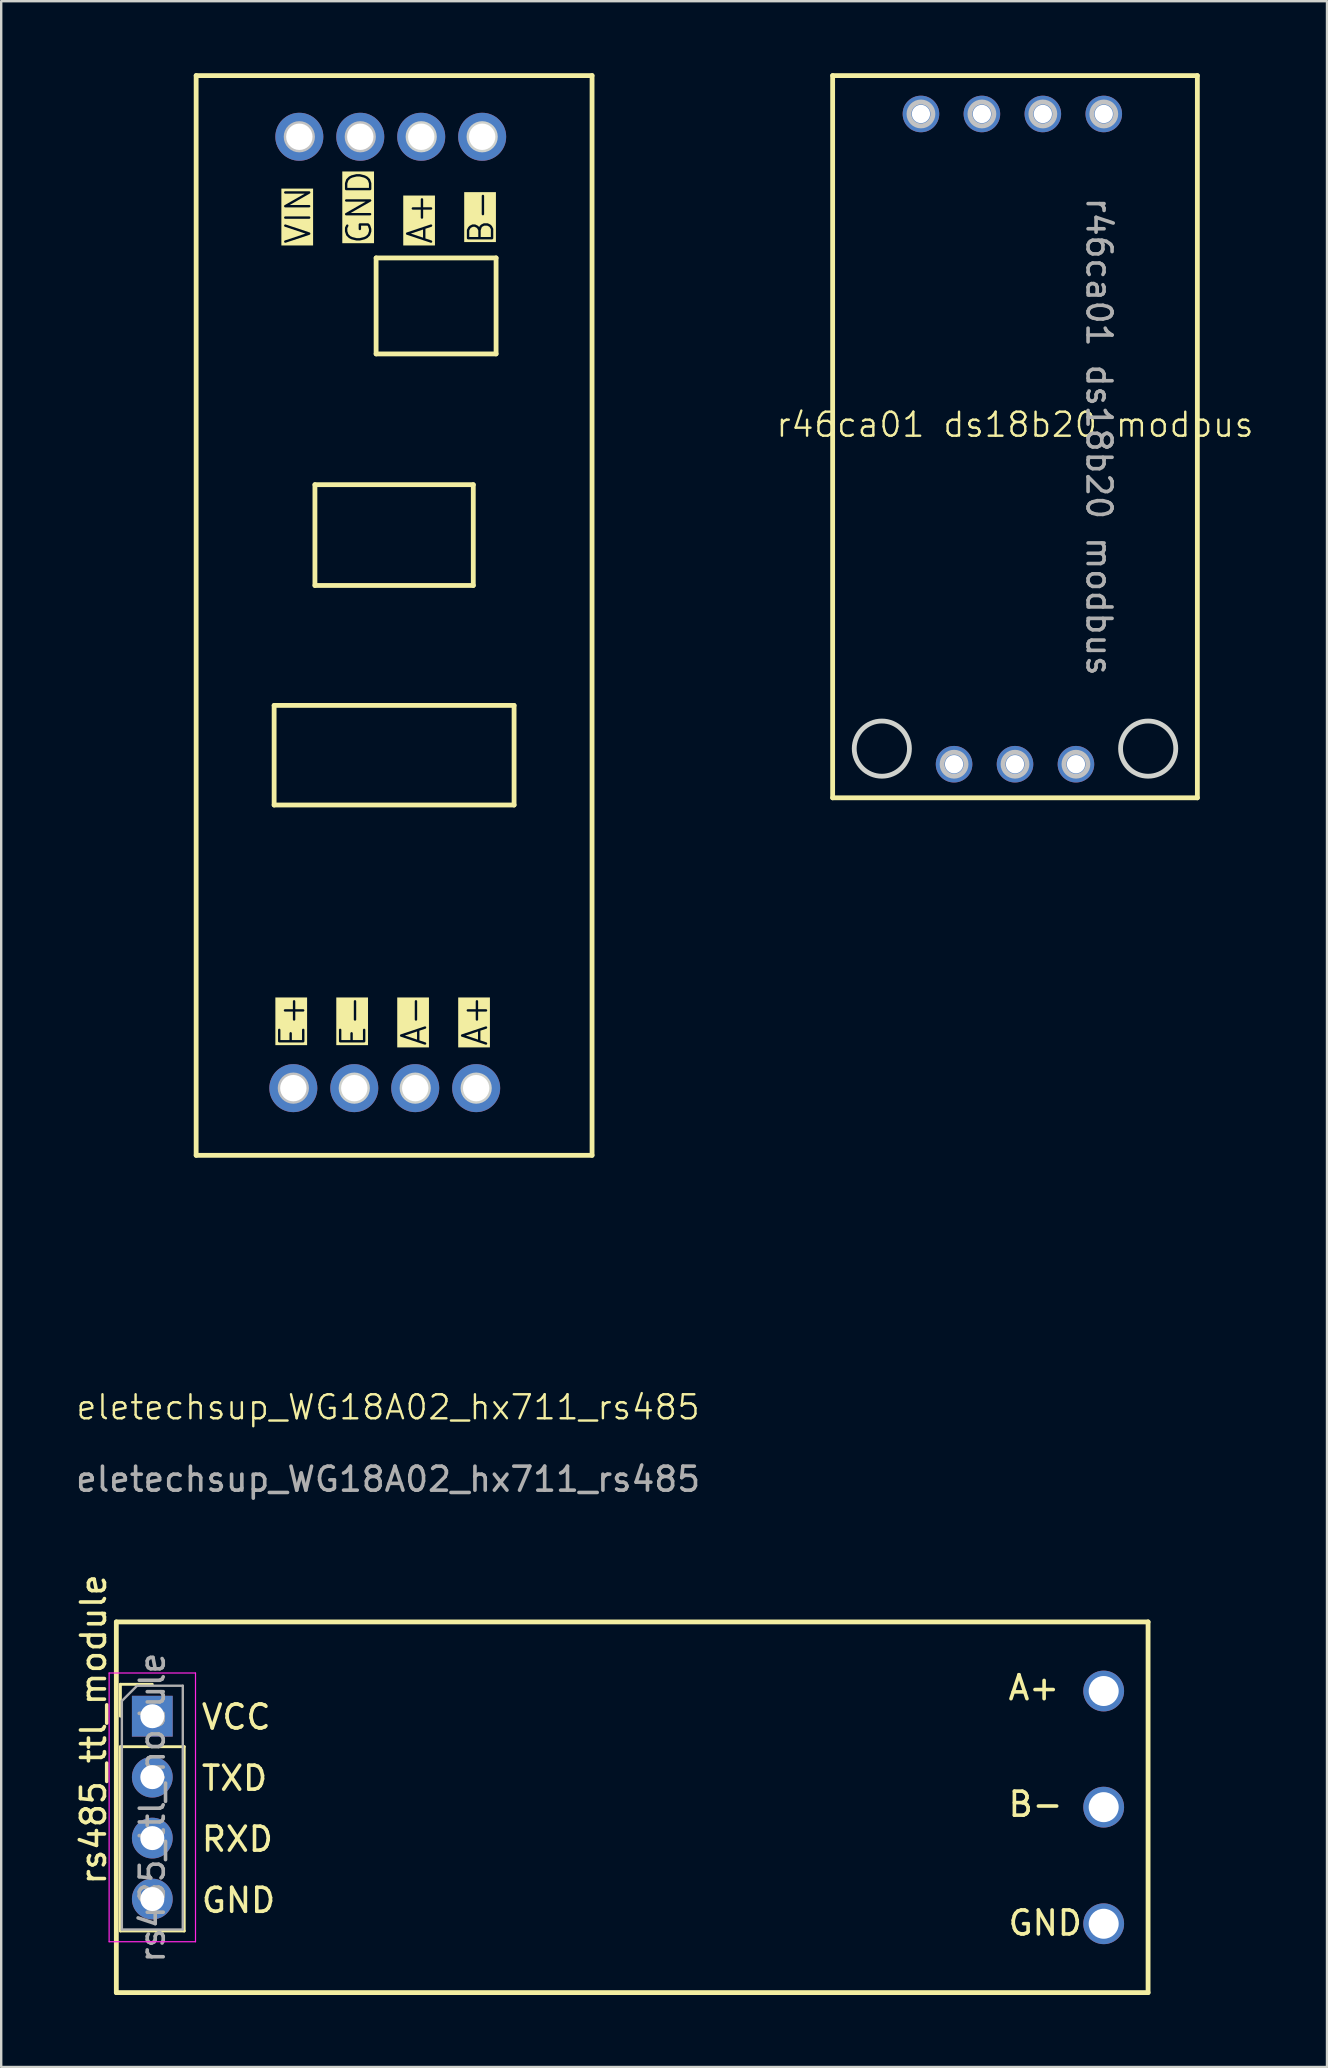
<source format=kicad_pcb>
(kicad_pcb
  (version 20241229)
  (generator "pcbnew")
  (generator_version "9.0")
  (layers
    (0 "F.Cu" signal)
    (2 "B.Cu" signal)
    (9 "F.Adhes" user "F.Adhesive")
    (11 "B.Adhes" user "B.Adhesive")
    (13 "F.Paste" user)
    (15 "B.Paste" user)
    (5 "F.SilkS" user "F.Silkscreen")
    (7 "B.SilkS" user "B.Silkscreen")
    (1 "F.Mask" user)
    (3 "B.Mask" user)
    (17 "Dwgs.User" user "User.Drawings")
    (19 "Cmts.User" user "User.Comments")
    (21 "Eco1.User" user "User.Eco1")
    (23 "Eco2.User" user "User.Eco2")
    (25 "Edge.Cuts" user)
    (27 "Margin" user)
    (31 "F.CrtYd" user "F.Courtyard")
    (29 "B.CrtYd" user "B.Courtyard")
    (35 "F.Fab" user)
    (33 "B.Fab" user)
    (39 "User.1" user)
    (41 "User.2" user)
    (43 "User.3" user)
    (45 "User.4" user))
  (footprint "rs485_ttl_module"
    (layer "F.Cu")
    (at 3.298 68.476)
    (property "Reference" "rs485_ttl_module" (at -2.45 0.55 90) (layer "F.SilkS") (effects (font (size 1 1) (thickness 0.15))))
    (attr through_hole)
    (fp_line (start -1.5 -3.93) (end -1.5 11.52) (stroke (width 0.2) (type solid)) (layer "F.SilkS"))
    (fp_line (start -1.5 11.52) (end 41.5 11.52) (stroke (width 0.2) (type solid)) (layer "F.SilkS"))
    (fp_line (start -1.33 -1.33) (end 0 -1.33) (stroke (width 0.12) (type solid)) (layer "F.SilkS"))
    (fp_line (start -1.33 0) (end -1.33 -1.33) (stroke (width 0.12) (type solid)) (layer "F.SilkS"))
    (fp_line (start -1.33 1.27) (end -1.33 8.95) (stroke (width 0.12) (type solid)) (layer "F.SilkS"))
    (fp_line (start -1.33 1.27) (end 1.33 1.27) (stroke (width 0.12) (type solid)) (layer "F.SilkS"))
    (fp_line (start -1.33 8.95) (end 1.33 8.95) (stroke (width 0.12) (type solid)) (layer "F.SilkS"))
    (fp_line (start 1.33 1.27) (end 1.33 8.95) (stroke (width 0.12) (type solid)) (layer "F.SilkS"))
    (fp_line (start 41.5 -3.93) (end -1.5 -3.93) (stroke (width 0.2) (type solid)) (layer "F.SilkS"))
    (fp_line (start 41.5 11.52) (end 41.5 -3.93) (stroke (width 0.2) (type solid)) (layer "F.SilkS"))
    (fp_line (start -1.8 -1.8) (end -1.8 9.4) (stroke (width 0.05) (type solid)) (layer "F.CrtYd"))
    (fp_line (start -1.8 9.4) (end 1.8 9.4) (stroke (width 0.05) (type solid)) (layer "F.CrtYd"))
    (fp_line (start 1.8 -1.8) (end -1.8 -1.8) (stroke (width 0.05) (type solid)) (layer "F.CrtYd"))
    (fp_line (start 1.8 9.4) (end 1.8 -1.8) (stroke (width 0.05) (type solid)) (layer "F.CrtYd"))
    (fp_line (start -1.27 -0.635) (end -0.635 -1.27) (stroke (width 0.1) (type solid)) (layer "F.Fab"))
    (fp_line (start -1.27 8.89) (end -1.27 -0.635) (stroke (width 0.1) (type solid)) (layer "F.Fab"))
    (fp_line (start -0.635 -1.27) (end 1.27 -1.27) (stroke (width 0.1) (type solid)) (layer "F.Fab"))
    (fp_line (start 1.27 -1.27) (end 1.27 8.89) (stroke (width 0.1) (type solid)) (layer "F.Fab"))
    (fp_line (start 1.27 8.89) (end -1.27 8.89) (stroke (width 0.1) (type solid)) (layer "F.Fab"))
    (fp_text user "GND" (at 1.97 8.26 0) (unlocked yes) (layer "F.SilkS") (effects (font (size 1 1) (thickness 0.15)) (justify left bottom)))
    (fp_text user "RXD" (at 1.97 5.71 0) (unlocked yes) (layer "F.SilkS") (effects (font (size 1 1) (thickness 0.15)) (justify left bottom)))
    (fp_text user "GND" (at 35.592 9.205 0) (unlocked yes) (layer "F.SilkS") (effects (font (size 1 1) (thickness 0.15)) (justify left bottom)))
    (fp_text user "A+" (at 35.592 -0.6 0) (unlocked yes) (layer "F.SilkS") (effects (font (size 1 1) (thickness 0.15)) (justify left bottom)))
    (fp_text user "TXD" (at 1.97 3.17 0) (unlocked yes) (layer "F.SilkS") (effects (font (size 1 1) (thickness 0.15)) (justify left bottom)))
    (fp_text user "VCC" (at 1.97 0.62 0) (unlocked yes) (layer "F.SilkS") (effects (font (size 1 1) (thickness 0.15)) (justify left bottom)))
    (fp_text user "B-" (at 35.592 4.254 0) (unlocked yes) (layer "F.SilkS") (effects (font (size 1 1) (thickness 0.15)) (justify left bottom)))
    (fp_text user "${REFERENCE}" (at 0 3.81 90) (layer "F.Fab") (effects (font (size 1 1) (thickness 0.15))))
    (pad "1" thru_hole rect (at 0 0) (size 1.7 1.7) (drill 1) (layers "*.Cu" "*.Mask"))
    (pad "2" thru_hole oval (at 0 2.54) (size 1.7 1.7) (drill 1) (layers "*.Cu" "*.Mask"))
    (pad "3" thru_hole oval (at 0 5.08) (size 1.7 1.7) (drill 1) (layers "*.Cu" "*.Mask"))
    (pad "4" thru_hole oval (at 0 7.62) (size 1.7 1.7) (drill 1) (layers "*.Cu" "*.Mask"))
    (pad "5" thru_hole oval (at 39.65 -1.05) (size 1.7 1.7) (drill 1.25) (layers "*.Cu" "*.Mask"))
    (pad "6" thru_hole oval (at 39.65 3.79) (size 1.7 1.7) (drill 1.25) (layers "*.Cu" "*.Mask"))
    (pad "7" thru_hole oval (at 39.65 8.65) (size 1.7 1.7) (drill 1.25) (layers "*.Cu" "*.Mask")))
  (footprint "eletechsup_WG18A02_hx711_rs485"
    (layer "F.Cu")
    (at 13.125 56.1)
    (property "Reference" "eletechsup_WG18A02_hx711_rs485" (at 0 -0.5 0) (unlocked yes) (layer "F.SilkS") (effects (font (size 1 1) (thickness 0.1))))
    (attr through_hole)
    (fp_line (start -8 -56) (end -8 -11) (stroke (width 0.2) (type default)) (layer "F.SilkS"))
    (fp_line (start -8 -11) (end 8.5 -11) (stroke (width 0.2) (type default)) (layer "F.SilkS"))
    (fp_line (start -4.75 -29.75) (end -4.75 -25.6) (stroke (width 0.2) (type default)) (layer "F.SilkS"))
    (fp_line (start -4.75 -25.6) (end 5.25 -25.6) (stroke (width 0.2) (type default)) (layer "F.SilkS"))
    (fp_line (start -3.05 -38.95) (end -3.05 -34.75) (stroke (width 0.2) (type default)) (layer "F.SilkS"))
    (fp_line (start -3.05 -34.75) (end 3.55 -34.75) (stroke (width 0.2) (type default)) (layer "F.SilkS"))
    (fp_line (start -0.5 -48.4) (end -0.5 -44.4) (stroke (width 0.2) (type default)) (layer "F.SilkS"))
    (fp_line (start -0.5 -44.4) (end 4.5 -44.4) (stroke (width 0.2) (type default)) (layer "F.SilkS"))
    (fp_line (start 3.55 -38.95) (end -3.05 -38.95) (stroke (width 0.2) (type default)) (layer "F.SilkS"))
    (fp_line (start 3.55 -34.75) (end 3.55 -38.95) (stroke (width 0.2) (type default)) (layer "F.SilkS"))
    (fp_line (start 4.5 -48.4) (end -0.5 -48.4) (stroke (width 0.2) (type default)) (layer "F.SilkS"))
    (fp_line (start 4.5 -44.4) (end 4.5 -48.4) (stroke (width 0.2) (type default)) (layer "F.SilkS"))
    (fp_line (start 5.25 -29.75) (end -4.75 -29.75) (stroke (width 0.2) (type default)) (layer "F.SilkS"))
    (fp_line (start 5.25 -25.6) (end 5.25 -29.75) (stroke (width 0.2) (type default)) (layer "F.SilkS"))
    (fp_line (start 8.5 -56) (end -8 -56) (stroke (width 0.2) (type default)) (layer "F.SilkS"))
    (fp_line (start 8.5 -11) (end 8.5 -56) (stroke (width 0.2) (type default)) (layer "F.SilkS"))
    (fp_circle (center -3.95 -13.8) (end -3.4 -13.8) (stroke (width 0.2) (type solid)) (fill no) (layer "Dwgs.User"))
    (fp_circle (center -3.7 -53.45) (end -3.15 -53.45) (stroke (width 0.2) (type solid)) (fill no) (layer "Dwgs.User"))
    (fp_circle (center -1.16 -53.45) (end -0.61 -53.45) (stroke (width 0.2) (type solid)) (fill no) (layer "Dwgs.User"))
    (fp_circle (center -1.41 -13.8) (end -0.86 -13.8) (stroke (width 0.2) (type solid)) (fill no) (layer "Edge.Cuts"))
    (fp_circle (center 1.13 -13.8) (end 1.68 -13.8) (stroke (width 0.2) (type solid)) (fill no) (layer "Edge.Cuts"))
    (fp_circle (center 1.38 -53.45) (end 1.93 -53.45) (stroke (width 0.2) (type solid)) (fill no) (layer "Edge.Cuts"))
    (fp_circle (center 3.67 -13.8) (end 4.22 -13.8) (stroke (width 0.2) (type solid)) (fill no) (layer "Edge.Cuts"))
    (fp_circle (center 3.92 -53.45) (end 4.47 -53.45) (stroke (width 0.2) (type solid)) (fill no) (layer "Edge.Cuts"))
    (fp_text user "B-" (at 4.46 -48.92 90) (unlocked yes) (layer "F.SilkS" knockout) (effects (font (size 1 1) (thickness 0.1)) (justify left bottom)))
    (fp_text user "A-" (at 1.669 -15.498 90) (unlocked yes) (layer "F.SilkS" knockout) (effects (font (size 1 1) (thickness 0.1)) (justify left bottom)))
    (fp_text user "A+" (at 1.919 -48.92 90) (unlocked yes) (layer "F.SilkS" knockout) (effects (font (size 1 1) (thickness 0.1)) (justify left bottom)))
    (fp_text user "E+" (at -3.41 -15.45 90) (unlocked yes) (layer "F.SilkS" knockout) (effects (font (size 1 1) (thickness 0.1)) (justify left bottom)))
    (fp_text user "VIN" (at -3.16 -48.92 90) (unlocked yes) (layer "F.SilkS" knockout) (effects (font (size 1 1) (thickness 0.1)) (justify left bottom)))
    (fp_text user "A+" (at 4.21 -15.498 90) (unlocked yes) (layer "F.SilkS" knockout) (effects (font (size 1 1) (thickness 0.1)) (justify left bottom)))
    (fp_text user "E-" (at -0.871 -15.45 90) (unlocked yes) (layer "F.SilkS" knockout) (effects (font (size 1 1) (thickness 0.1)) (justify left bottom)))
    (fp_text user "GND" (at -0.621 -48.92 90) (unlocked yes) (layer "F.SilkS" knockout) (effects (font (size 1 1) (thickness 0.1)) (justify left bottom)))
    (fp_text user "${REFERENCE}" (at 0 2.5 0) (unlocked yes) (layer "F.Fab") (effects (font (size 1 1) (thickness 0.15))))
    (pad "1" thru_hole circle (at -3.7 -53.45) (size 2 2) (drill 1.1) (layers "*.Cu" "*.Mask"))
    (pad "2" thru_hole circle (at -1.16 -53.45) (size 2 2) (drill 1.1) (layers "*.Cu" "*.Mask"))
    (pad "3" thru_hole circle (at 1.38 -53.45) (size 2 2) (drill 1.1) (layers "*.Cu" "*.Mask"))
    (pad "4" thru_hole circle (at 3.92 -53.45) (size 2 2) (drill 1.1) (layers "*.Cu" "*.Mask"))
    (pad "5" thru_hole circle (at -3.95 -13.8) (size 2 2) (drill 1.1) (layers "*.Cu" "*.Mask"))
    (pad "6" thru_hole circle (at -1.41 -13.8) (size 2 2) (drill 1.1) (layers "*.Cu" "*.Mask"))
    (pad "7" thru_hole circle (at 1.13 -13.8) (size 2 2) (drill 1.1) (layers "*.Cu" "*.Mask"))
    (pad "8" thru_hole circle (at 3.67 -13.8) (size 2 2) (drill 1.1) (layers "*.Cu" "*.Mask")))
  (footprint "r46ca01 ds18b20 modbus"
    (layer "F.Cu")
    (at 39.252 15.15)
    (property "Reference" "r46ca01 ds18b20 modbus" (at 0 -0.5 0) (unlocked yes) (layer "F.SilkS") (effects (font (size 1 1) (thickness 0.1))))
    (attr through_hole)
    (fp_line (start -7.6 -15.05) (end -7.6 15.05) (stroke (width 0.2) (type default)) (layer "F.SilkS"))
    (fp_line (start -7.6 15.05) (end 7.6 15.05) (stroke (width 0.2) (type default)) (layer "F.SilkS"))
    (fp_line (start 7.6 -15.05) (end -7.6 -15.05) (stroke (width 0.2) (type default)) (layer "F.SilkS"))
    (fp_line (start 7.6 15.05) (end 7.6 -15.05) (stroke (width 0.2) (type default)) (layer "F.SilkS"))
    (fp_circle (center -3.92 -13.45) (end -3.42 -13.45) (stroke (width 0.2) (type default)) (fill no) (layer "Dwgs.User"))
    (fp_circle (center -2.54 13.65) (end -2.04 13.65) (stroke (width 0.2) (type default)) (fill no) (layer "Dwgs.User"))
    (fp_circle (center -1.38 -13.45) (end -0.88 -13.45) (stroke (width 0.2) (type default)) (fill no) (layer "Dwgs.User"))
    (fp_circle (center 0 13.65) (end 0.5 13.65) (stroke (width 0.2) (type default)) (fill no) (layer "Dwgs.User"))
    (fp_circle (center 1.16 -13.45) (end 1.66 -13.45) (stroke (width 0.2) (type default)) (fill no) (layer "Dwgs.User"))
    (fp_circle (center 2.54 13.65) (end 3.04 13.65) (stroke (width 0.2) (type default)) (fill no) (layer "Dwgs.User"))
    (fp_circle (center 3.7 -13.45) (end 4.2 -13.45) (stroke (width 0.2) (type default)) (fill no) (layer "Dwgs.User"))
    (fp_circle (center -5.55 13) (end -4.4 13) (stroke (width 0.2) (type default)) (fill no) (layer "Edge.Cuts"))
    (fp_circle (center 5.55 13) (end 6.7 13) (stroke (width 0.2) (type default)) (fill no) (layer "Edge.Cuts"))
    (fp_text user "${REFERENCE}" (at 3.5 0 270) (unlocked yes) (layer "F.Fab") (effects (font (size 1 1) (thickness 0.15))))
    (pad "1" thru_hole circle (at -3.92 -13.45) (size 1.524 1.524) (drill 0.762) (layers "*.Cu" "*.Mask"))
    (pad "2" thru_hole circle (at -1.38 -13.45) (size 1.524 1.524) (drill 0.762) (layers "*.Cu" "*.Mask"))
    (pad "3" thru_hole circle (at 1.16 -13.45) (size 1.524 1.524) (drill 0.762) (layers "*.Cu" "*.Mask"))
    (pad "4" thru_hole circle (at 3.7 -13.45) (size 1.524 1.524) (drill 0.762) (layers "*.Cu" "*.Mask"))
    (pad "5" thru_hole circle (at 2.54 13.65) (size 1.524 1.524) (drill 0.762) (layers "*.Cu" "*.Mask"))
    (pad "6" thru_hole circle (at 0 13.65) (size 1.524 1.524) (drill 0.762) (layers "*.Cu" "*.Mask"))
    (pad "7" thru_hole circle (at -2.54 13.65) (size 1.524 1.524) (drill 0.762) (layers "*.Cu" "*.Mask")))
  (gr_rect
    (start -3 -3)
    (end 52.255 83.096)
    (stroke (width 0.1) (type default))
    (fill no)
    (layer "Edge.Cuts")))
</source>
